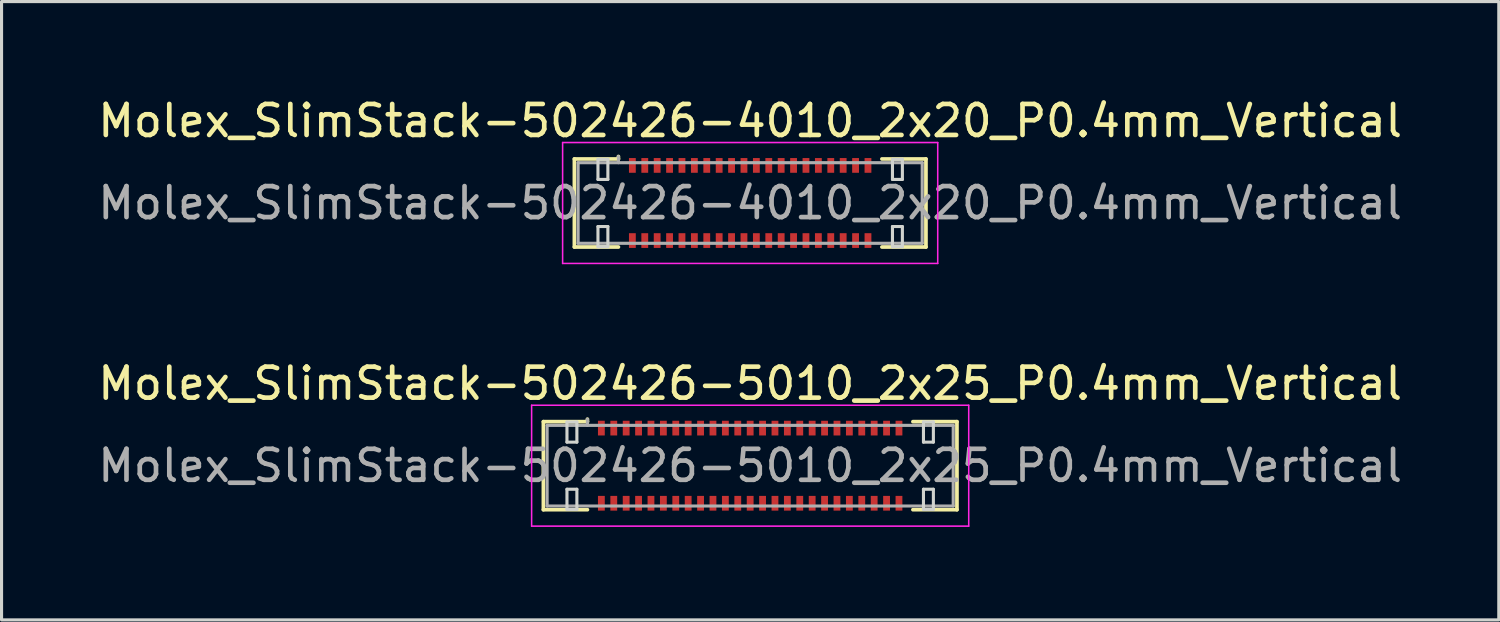
<source format=kicad_pcb>
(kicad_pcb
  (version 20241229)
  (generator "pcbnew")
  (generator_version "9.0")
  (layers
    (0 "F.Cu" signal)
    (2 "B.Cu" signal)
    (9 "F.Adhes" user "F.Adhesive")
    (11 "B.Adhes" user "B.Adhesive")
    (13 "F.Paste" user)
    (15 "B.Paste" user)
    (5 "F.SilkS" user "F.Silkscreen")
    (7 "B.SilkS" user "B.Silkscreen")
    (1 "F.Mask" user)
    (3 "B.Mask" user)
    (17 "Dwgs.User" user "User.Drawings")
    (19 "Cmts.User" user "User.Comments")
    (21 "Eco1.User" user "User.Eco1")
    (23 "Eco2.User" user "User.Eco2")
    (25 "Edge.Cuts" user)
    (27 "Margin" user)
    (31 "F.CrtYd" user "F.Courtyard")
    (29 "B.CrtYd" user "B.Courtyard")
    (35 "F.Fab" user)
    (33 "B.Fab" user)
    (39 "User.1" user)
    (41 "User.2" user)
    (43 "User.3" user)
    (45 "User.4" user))
  (footprint "Molex_SlimStack-502426-4010_2x20_P0.4mm_Vertical"
    (layer "F.Cu")
    (at 21.149 3.498)
    (property "Reference" "Molex_SlimStack-502426-4010_2x20_P0.4mm_Vertical" (at 0 -2.65 0) (layer "F.SilkS") (effects (font (size 1 1) (thickness 0.15))))
    (attr smd)
    (fp_line (start -5.67 -1.42) (end -4.25 -1.42) (stroke (width 0.12) (type solid)) (layer "F.SilkS"))
    (fp_line (start -5.67 1.42) (end -5.67 -1.42) (stroke (width 0.12) (type solid)) (layer "F.SilkS"))
    (fp_line (start -4.25 -1.42) (end -4.25 -1.5) (stroke (width 0.12) (type solid)) (layer "F.SilkS"))
    (fp_line (start -4.25 1.42) (end -5.67 1.42) (stroke (width 0.12) (type solid)) (layer "F.SilkS"))
    (fp_line (start 4.25 1.42) (end 5.67 1.42) (stroke (width 0.12) (type solid)) (layer "F.SilkS"))
    (fp_line (start 5.67 -1.42) (end 4.25 -1.42) (stroke (width 0.12) (type solid)) (layer "F.SilkS"))
    (fp_line (start 5.67 1.42) (end 5.67 -1.42) (stroke (width 0.12) (type solid)) (layer "F.SilkS"))
    (fp_line (start -4.91 -1.41) (end -4.91 -0.76) (stroke (width 0.1) (type solid)) (layer "Edge.Cuts"))
    (fp_line (start -4.91 -0.76) (end -4.59 -0.76) (stroke (width 0.1) (type solid)) (layer "Edge.Cuts"))
    (fp_line (start -4.91 0.76) (end -4.91 1.41) (stroke (width 0.1) (type solid)) (layer "Edge.Cuts"))
    (fp_line (start -4.91 1.41) (end -4.59 1.41) (stroke (width 0.1) (type solid)) (layer "Edge.Cuts"))
    (fp_line (start -4.59 -1.41) (end -4.91 -1.41) (stroke (width 0.1) (type solid)) (layer "Edge.Cuts"))
    (fp_line (start -4.59 -0.76) (end -4.59 -1.41) (stroke (width 0.1) (type solid)) (layer "Edge.Cuts"))
    (fp_line (start -4.59 0.76) (end -4.91 0.76) (stroke (width 0.1) (type solid)) (layer "Edge.Cuts"))
    (fp_line (start -4.59 1.41) (end -4.59 0.76) (stroke (width 0.1) (type solid)) (layer "Edge.Cuts"))
    (fp_line (start 4.59 -1.41) (end 4.59 -0.76) (stroke (width 0.1) (type solid)) (layer "Edge.Cuts"))
    (fp_line (start 4.59 -0.76) (end 4.91 -0.76) (stroke (width 0.1) (type solid)) (layer "Edge.Cuts"))
    (fp_line (start 4.59 0.76) (end 4.59 1.41) (stroke (width 0.1) (type solid)) (layer "Edge.Cuts"))
    (fp_line (start 4.59 1.41) (end 4.91 1.41) (stroke (width 0.1) (type solid)) (layer "Edge.Cuts"))
    (fp_line (start 4.91 -1.41) (end 4.59 -1.41) (stroke (width 0.1) (type solid)) (layer "Edge.Cuts"))
    (fp_line (start 4.91 -0.76) (end 4.91 -1.41) (stroke (width 0.1) (type solid)) (layer "Edge.Cuts"))
    (fp_line (start 4.91 0.76) (end 4.59 0.76) (stroke (width 0.1) (type solid)) (layer "Edge.Cuts"))
    (fp_line (start 4.91 1.41) (end 4.91 0.76) (stroke (width 0.1) (type solid)) (layer "Edge.Cuts"))
    (fp_line (start -6.05 -1.95) (end -6.05 1.95) (stroke (width 0.05) (type solid)) (layer "F.CrtYd"))
    (fp_line (start -6.05 1.95) (end 6.05 1.95) (stroke (width 0.05) (type solid)) (layer "F.CrtYd"))
    (fp_line (start 6.05 -1.95) (end -6.05 -1.95) (stroke (width 0.05) (type solid)) (layer "F.CrtYd"))
    (fp_line (start 6.05 1.95) (end 6.05 -1.95) (stroke (width 0.05) (type solid)) (layer "F.CrtYd"))
    (fp_line (start -5.55 -1.3) (end -5.55 1.3) (stroke (width 0.1) (type solid)) (layer "F.Fab"))
    (fp_line (start -5.55 1.3) (end 5.55 1.3) (stroke (width 0.1) (type solid)) (layer "F.Fab"))
    (fp_line (start -4.25 -1.3) (end -4.25 -1.5) (stroke (width 0.1) (type solid)) (layer "F.Fab"))
    (fp_line (start 5.55 -1.3) (end -5.55 -1.3) (stroke (width 0.1) (type solid)) (layer "F.Fab"))
    (fp_line (start 5.55 1.3) (end 5.55 -1.3) (stroke (width 0.1) (type solid)) (layer "F.Fab"))
    (fp_text user "${REFERENCE}" (at 0 0 0) (layer "F.Fab") (effects (font (size 1 1) (thickness 0.15))))
    (pad "1" smd rect (at 3.8 -1.212) (size 0.22 0.475) (layers "F.Cu" "F.Mask" "F.Paste"))
    (pad "2" smd rect (at 3.8 1.212) (size 0.22 0.475) (layers "F.Cu" "F.Mask" "F.Paste"))
    (pad "3" smd rect (at 3.4 -1.212) (size 0.22 0.475) (layers "F.Cu" "F.Mask" "F.Paste"))
    (pad "4" smd rect (at 3.4 1.212) (size 0.22 0.475) (layers "F.Cu" "F.Mask" "F.Paste"))
    (pad "5" smd rect (at 3 -1.212) (size 0.22 0.475) (layers "F.Cu" "F.Mask" "F.Paste"))
    (pad "6" smd rect (at 3 1.212) (size 0.22 0.475) (layers "F.Cu" "F.Mask" "F.Paste"))
    (pad "7" smd rect (at 2.6 -1.212) (size 0.22 0.475) (layers "F.Cu" "F.Mask" "F.Paste"))
    (pad "8" smd rect (at 2.6 1.212) (size 0.22 0.475) (layers "F.Cu" "F.Mask" "F.Paste"))
    (pad "9" smd rect (at 2.2 -1.212) (size 0.22 0.475) (layers "F.Cu" "F.Mask" "F.Paste"))
    (pad "10" smd rect (at 2.2 1.212) (size 0.22 0.475) (layers "F.Cu" "F.Mask" "F.Paste"))
    (pad "11" smd rect (at 1.8 -1.212) (size 0.22 0.475) (layers "F.Cu" "F.Mask" "F.Paste"))
    (pad "12" smd rect (at 1.8 1.212) (size 0.22 0.475) (layers "F.Cu" "F.Mask" "F.Paste"))
    (pad "13" smd rect (at 1.4 -1.212) (size 0.22 0.475) (layers "F.Cu" "F.Mask" "F.Paste"))
    (pad "14" smd rect (at 1.4 1.212) (size 0.22 0.475) (layers "F.Cu" "F.Mask" "F.Paste"))
    (pad "15" smd rect (at 1 -1.212) (size 0.22 0.475) (layers "F.Cu" "F.Mask" "F.Paste"))
    (pad "16" smd rect (at 1 1.212) (size 0.22 0.475) (layers "F.Cu" "F.Mask" "F.Paste"))
    (pad "17" smd rect (at 0.6 -1.212) (size 0.22 0.475) (layers "F.Cu" "F.Mask" "F.Paste"))
    (pad "18" smd rect (at 0.6 1.212) (size 0.22 0.475) (layers "F.Cu" "F.Mask" "F.Paste"))
    (pad "19" smd rect (at 0.2 -1.212) (size 0.22 0.475) (layers "F.Cu" "F.Mask" "F.Paste"))
    (pad "20" smd rect (at 0.2 1.212) (size 0.22 0.475) (layers "F.Cu" "F.Mask" "F.Paste"))
    (pad "21" smd rect (at -0.2 -1.212) (size 0.22 0.475) (layers "F.Cu" "F.Mask" "F.Paste"))
    (pad "22" smd rect (at -0.2 1.212) (size 0.22 0.475) (layers "F.Cu" "F.Mask" "F.Paste"))
    (pad "23" smd rect (at -0.6 -1.212) (size 0.22 0.475) (layers "F.Cu" "F.Mask" "F.Paste"))
    (pad "24" smd rect (at -0.6 1.212) (size 0.22 0.475) (layers "F.Cu" "F.Mask" "F.Paste"))
    (pad "25" smd rect (at -1 -1.212) (size 0.22 0.475) (layers "F.Cu" "F.Mask" "F.Paste"))
    (pad "26" smd rect (at -1 1.212) (size 0.22 0.475) (layers "F.Cu" "F.Mask" "F.Paste"))
    (pad "27" smd rect (at -1.4 -1.212) (size 0.22 0.475) (layers "F.Cu" "F.Mask" "F.Paste"))
    (pad "28" smd rect (at -1.4 1.212) (size 0.22 0.475) (layers "F.Cu" "F.Mask" "F.Paste"))
    (pad "29" smd rect (at -1.8 -1.212) (size 0.22 0.475) (layers "F.Cu" "F.Mask" "F.Paste"))
    (pad "30" smd rect (at -1.8 1.212) (size 0.22 0.475) (layers "F.Cu" "F.Mask" "F.Paste"))
    (pad "31" smd rect (at -2.2 -1.212) (size 0.22 0.475) (layers "F.Cu" "F.Mask" "F.Paste"))
    (pad "32" smd rect (at -2.2 1.212) (size 0.22 0.475) (layers "F.Cu" "F.Mask" "F.Paste"))
    (pad "33" smd rect (at -2.6 -1.212) (size 0.22 0.475) (layers "F.Cu" "F.Mask" "F.Paste"))
    (pad "34" smd rect (at -2.6 1.212) (size 0.22 0.475) (layers "F.Cu" "F.Mask" "F.Paste"))
    (pad "35" smd rect (at -3 -1.212) (size 0.22 0.475) (layers "F.Cu" "F.Mask" "F.Paste"))
    (pad "36" smd rect (at -3 1.212) (size 0.22 0.475) (layers "F.Cu" "F.Mask" "F.Paste"))
    (pad "37" smd rect (at -3.4 -1.212) (size 0.22 0.475) (layers "F.Cu" "F.Mask" "F.Paste"))
    (pad "38" smd rect (at -3.4 1.212) (size 0.22 0.475) (layers "F.Cu" "F.Mask" "F.Paste"))
    (pad "39" smd rect (at -3.8 -1.212) (size 0.22 0.475) (layers "F.Cu" "F.Mask" "F.Paste"))
    (pad "40" smd rect (at -3.8 1.212) (size 0.22 0.475) (layers "F.Cu" "F.Mask" "F.Paste")))
  (footprint "Molex_SlimStack-502426-5010_2x25_P0.4mm_Vertical"
    (layer "F.Cu")
    (at 21.149 11.972)
    (property "Reference" "Molex_SlimStack-502426-5010_2x25_P0.4mm_Vertical" (at 0 -2.65 0) (layer "F.SilkS") (effects (font (size 1 1) (thickness 0.15))))
    (attr smd)
    (fp_line (start -6.67 -1.42) (end -5.25 -1.42) (stroke (width 0.12) (type solid)) (layer "F.SilkS"))
    (fp_line (start -6.67 1.42) (end -6.67 -1.42) (stroke (width 0.12) (type solid)) (layer "F.SilkS"))
    (fp_line (start -5.25 -1.42) (end -5.25 -1.5) (stroke (width 0.12) (type solid)) (layer "F.SilkS"))
    (fp_line (start -5.25 1.42) (end -6.67 1.42) (stroke (width 0.12) (type solid)) (layer "F.SilkS"))
    (fp_line (start 5.25 1.42) (end 6.67 1.42) (stroke (width 0.12) (type solid)) (layer "F.SilkS"))
    (fp_line (start 6.67 -1.42) (end 5.25 -1.42) (stroke (width 0.12) (type solid)) (layer "F.SilkS"))
    (fp_line (start 6.67 1.42) (end 6.67 -1.42) (stroke (width 0.12) (type solid)) (layer "F.SilkS"))
    (fp_line (start -5.91 -1.41) (end -5.91 -0.76) (stroke (width 0.1) (type solid)) (layer "Edge.Cuts"))
    (fp_line (start -5.91 -0.76) (end -5.59 -0.76) (stroke (width 0.1) (type solid)) (layer "Edge.Cuts"))
    (fp_line (start -5.91 0.76) (end -5.91 1.41) (stroke (width 0.1) (type solid)) (layer "Edge.Cuts"))
    (fp_line (start -5.91 1.41) (end -5.59 1.41) (stroke (width 0.1) (type solid)) (layer "Edge.Cuts"))
    (fp_line (start -5.59 -1.41) (end -5.91 -1.41) (stroke (width 0.1) (type solid)) (layer "Edge.Cuts"))
    (fp_line (start -5.59 -0.76) (end -5.59 -1.41) (stroke (width 0.1) (type solid)) (layer "Edge.Cuts"))
    (fp_line (start -5.59 0.76) (end -5.91 0.76) (stroke (width 0.1) (type solid)) (layer "Edge.Cuts"))
    (fp_line (start -5.59 1.41) (end -5.59 0.76) (stroke (width 0.1) (type solid)) (layer "Edge.Cuts"))
    (fp_line (start 5.59 -1.41) (end 5.59 -0.76) (stroke (width 0.1) (type solid)) (layer "Edge.Cuts"))
    (fp_line (start 5.59 -0.76) (end 5.91 -0.76) (stroke (width 0.1) (type solid)) (layer "Edge.Cuts"))
    (fp_line (start 5.59 0.76) (end 5.59 1.41) (stroke (width 0.1) (type solid)) (layer "Edge.Cuts"))
    (fp_line (start 5.59 1.41) (end 5.91 1.41) (stroke (width 0.1) (type solid)) (layer "Edge.Cuts"))
    (fp_line (start 5.91 -1.41) (end 5.59 -1.41) (stroke (width 0.1) (type solid)) (layer "Edge.Cuts"))
    (fp_line (start 5.91 -0.76) (end 5.91 -1.41) (stroke (width 0.1) (type solid)) (layer "Edge.Cuts"))
    (fp_line (start 5.91 0.76) (end 5.59 0.76) (stroke (width 0.1) (type solid)) (layer "Edge.Cuts"))
    (fp_line (start 5.91 1.41) (end 5.91 0.76) (stroke (width 0.1) (type solid)) (layer "Edge.Cuts"))
    (fp_line (start -7.05 -1.95) (end -7.05 1.95) (stroke (width 0.05) (type solid)) (layer "F.CrtYd"))
    (fp_line (start -7.05 1.95) (end 7.05 1.95) (stroke (width 0.05) (type solid)) (layer "F.CrtYd"))
    (fp_line (start 7.05 -1.95) (end -7.05 -1.95) (stroke (width 0.05) (type solid)) (layer "F.CrtYd"))
    (fp_line (start 7.05 1.95) (end 7.05 -1.95) (stroke (width 0.05) (type solid)) (layer "F.CrtYd"))
    (fp_line (start -6.55 -1.3) (end -6.55 1.3) (stroke (width 0.1) (type solid)) (layer "F.Fab"))
    (fp_line (start -6.55 1.3) (end 6.55 1.3) (stroke (width 0.1) (type solid)) (layer "F.Fab"))
    (fp_line (start -5.25 -1.3) (end -5.25 -1.5) (stroke (width 0.1) (type solid)) (layer "F.Fab"))
    (fp_line (start 6.55 -1.3) (end -6.55 -1.3) (stroke (width 0.1) (type solid)) (layer "F.Fab"))
    (fp_line (start 6.55 1.3) (end 6.55 -1.3) (stroke (width 0.1) (type solid)) (layer "F.Fab"))
    (fp_text user "${REFERENCE}" (at 0 0 0) (layer "F.Fab") (effects (font (size 1 1) (thickness 0.15))))
    (pad "1" smd rect (at 4.8 -1.212) (size 0.22 0.475) (layers "F.Cu" "F.Mask" "F.Paste"))
    (pad "2" smd rect (at 4.8 1.212) (size 0.22 0.475) (layers "F.Cu" "F.Mask" "F.Paste"))
    (pad "3" smd rect (at 4.4 -1.212) (size 0.22 0.475) (layers "F.Cu" "F.Mask" "F.Paste"))
    (pad "4" smd rect (at 4.4 1.212) (size 0.22 0.475) (layers "F.Cu" "F.Mask" "F.Paste"))
    (pad "5" smd rect (at 4 -1.212) (size 0.22 0.475) (layers "F.Cu" "F.Mask" "F.Paste"))
    (pad "6" smd rect (at 4 1.212) (size 0.22 0.475) (layers "F.Cu" "F.Mask" "F.Paste"))
    (pad "7" smd rect (at 3.6 -1.212) (size 0.22 0.475) (layers "F.Cu" "F.Mask" "F.Paste"))
    (pad "8" smd rect (at 3.6 1.212) (size 0.22 0.475) (layers "F.Cu" "F.Mask" "F.Paste"))
    (pad "9" smd rect (at 3.2 -1.212) (size 0.22 0.475) (layers "F.Cu" "F.Mask" "F.Paste"))
    (pad "10" smd rect (at 3.2 1.212) (size 0.22 0.475) (layers "F.Cu" "F.Mask" "F.Paste"))
    (pad "11" smd rect (at 2.8 -1.212) (size 0.22 0.475) (layers "F.Cu" "F.Mask" "F.Paste"))
    (pad "12" smd rect (at 2.8 1.212) (size 0.22 0.475) (layers "F.Cu" "F.Mask" "F.Paste"))
    (pad "13" smd rect (at 2.4 -1.212) (size 0.22 0.475) (layers "F.Cu" "F.Mask" "F.Paste"))
    (pad "14" smd rect (at 2.4 1.212) (size 0.22 0.475) (layers "F.Cu" "F.Mask" "F.Paste"))
    (pad "15" smd rect (at 2 -1.212) (size 0.22 0.475) (layers "F.Cu" "F.Mask" "F.Paste"))
    (pad "16" smd rect (at 2 1.212) (size 0.22 0.475) (layers "F.Cu" "F.Mask" "F.Paste"))
    (pad "17" smd rect (at 1.6 -1.212) (size 0.22 0.475) (layers "F.Cu" "F.Mask" "F.Paste"))
    (pad "18" smd rect (at 1.6 1.212) (size 0.22 0.475) (layers "F.Cu" "F.Mask" "F.Paste"))
    (pad "19" smd rect (at 1.2 -1.212) (size 0.22 0.475) (layers "F.Cu" "F.Mask" "F.Paste"))
    (pad "20" smd rect (at 1.2 1.212) (size 0.22 0.475) (layers "F.Cu" "F.Mask" "F.Paste"))
    (pad "21" smd rect (at 0.8 -1.212) (size 0.22 0.475) (layers "F.Cu" "F.Mask" "F.Paste"))
    (pad "22" smd rect (at 0.8 1.212) (size 0.22 0.475) (layers "F.Cu" "F.Mask" "F.Paste"))
    (pad "23" smd rect (at 0.4 -1.212) (size 0.22 0.475) (layers "F.Cu" "F.Mask" "F.Paste"))
    (pad "24" smd rect (at 0.4 1.212) (size 0.22 0.475) (layers "F.Cu" "F.Mask" "F.Paste"))
    (pad "25" smd rect (at 0 -1.212) (size 0.22 0.475) (layers "F.Cu" "F.Mask" "F.Paste"))
    (pad "26" smd rect (at 0 1.212) (size 0.22 0.475) (layers "F.Cu" "F.Mask" "F.Paste"))
    (pad "27" smd rect (at -0.4 -1.212) (size 0.22 0.475) (layers "F.Cu" "F.Mask" "F.Paste"))
    (pad "28" smd rect (at -0.4 1.212) (size 0.22 0.475) (layers "F.Cu" "F.Mask" "F.Paste"))
    (pad "29" smd rect (at -0.8 -1.212) (size 0.22 0.475) (layers "F.Cu" "F.Mask" "F.Paste"))
    (pad "30" smd rect (at -0.8 1.212) (size 0.22 0.475) (layers "F.Cu" "F.Mask" "F.Paste"))
    (pad "31" smd rect (at -1.2 -1.212) (size 0.22 0.475) (layers "F.Cu" "F.Mask" "F.Paste"))
    (pad "32" smd rect (at -1.2 1.212) (size 0.22 0.475) (layers "F.Cu" "F.Mask" "F.Paste"))
    (pad "33" smd rect (at -1.6 -1.212) (size 0.22 0.475) (layers "F.Cu" "F.Mask" "F.Paste"))
    (pad "34" smd rect (at -1.6 1.212) (size 0.22 0.475) (layers "F.Cu" "F.Mask" "F.Paste"))
    (pad "35" smd rect (at -2 -1.212) (size 0.22 0.475) (layers "F.Cu" "F.Mask" "F.Paste"))
    (pad "36" smd rect (at -2 1.212) (size 0.22 0.475) (layers "F.Cu" "F.Mask" "F.Paste"))
    (pad "37" smd rect (at -2.4 -1.212) (size 0.22 0.475) (layers "F.Cu" "F.Mask" "F.Paste"))
    (pad "38" smd rect (at -2.4 1.212) (size 0.22 0.475) (layers "F.Cu" "F.Mask" "F.Paste"))
    (pad "39" smd rect (at -2.8 -1.212) (size 0.22 0.475) (layers "F.Cu" "F.Mask" "F.Paste"))
    (pad "40" smd rect (at -2.8 1.212) (size 0.22 0.475) (layers "F.Cu" "F.Mask" "F.Paste"))
    (pad "41" smd rect (at -3.2 -1.212) (size 0.22 0.475) (layers "F.Cu" "F.Mask" "F.Paste"))
    (pad "42" smd rect (at -3.2 1.212) (size 0.22 0.475) (layers "F.Cu" "F.Mask" "F.Paste"))
    (pad "43" smd rect (at -3.6 -1.212) (size 0.22 0.475) (layers "F.Cu" "F.Mask" "F.Paste"))
    (pad "44" smd rect (at -3.6 1.212) (size 0.22 0.475) (layers "F.Cu" "F.Mask" "F.Paste"))
    (pad "45" smd rect (at -4 -1.212) (size 0.22 0.475) (layers "F.Cu" "F.Mask" "F.Paste"))
    (pad "46" smd rect (at -4 1.212) (size 0.22 0.475) (layers "F.Cu" "F.Mask" "F.Paste"))
    (pad "47" smd rect (at -4.4 -1.212) (size 0.22 0.475) (layers "F.Cu" "F.Mask" "F.Paste"))
    (pad "48" smd rect (at -4.4 1.212) (size 0.22 0.475) (layers "F.Cu" "F.Mask" "F.Paste"))
    (pad "49" smd rect (at -4.8 -1.212) (size 0.22 0.475) (layers "F.Cu" "F.Mask" "F.Paste"))
    (pad "50" smd rect (at -4.8 1.212) (size 0.22 0.475) (layers "F.Cu" "F.Mask" "F.Paste")))
  (gr_rect
    (start -3 -3)
    (end 45.298 16.947)
    (stroke (width 0.1) (type default))
    (fill no)
    (layer "Edge.Cuts")))
</source>
